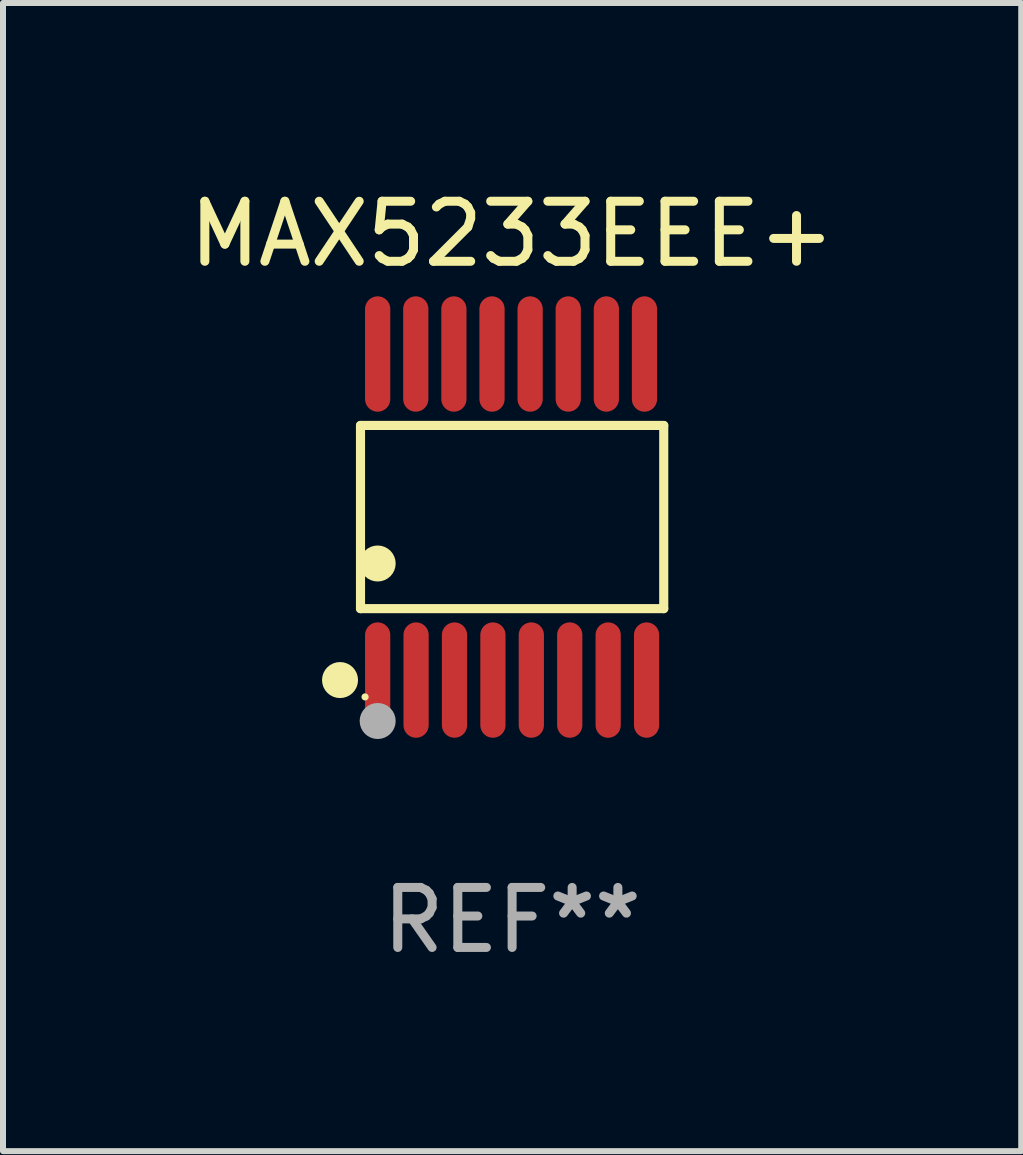
<source format=kicad_pcb>
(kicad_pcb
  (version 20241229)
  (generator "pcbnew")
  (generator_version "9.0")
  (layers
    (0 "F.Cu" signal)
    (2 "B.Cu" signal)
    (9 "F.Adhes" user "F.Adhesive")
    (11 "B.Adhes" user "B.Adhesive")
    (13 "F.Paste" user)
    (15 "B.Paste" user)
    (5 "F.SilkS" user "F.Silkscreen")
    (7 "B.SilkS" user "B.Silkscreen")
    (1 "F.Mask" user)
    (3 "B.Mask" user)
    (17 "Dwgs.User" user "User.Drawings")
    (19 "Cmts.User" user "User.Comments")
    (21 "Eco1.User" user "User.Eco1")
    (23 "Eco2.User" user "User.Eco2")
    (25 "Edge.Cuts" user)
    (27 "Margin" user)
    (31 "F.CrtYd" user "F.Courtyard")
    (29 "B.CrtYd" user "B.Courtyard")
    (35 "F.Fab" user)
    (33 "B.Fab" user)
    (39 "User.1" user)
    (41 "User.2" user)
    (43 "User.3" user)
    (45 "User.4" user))
  (footprint "MAX5233EEE+"
    (layer "F.Cu")
    (at 5.482 5.564)
    (property "Reference" "MAX5233EEE+" (at 0 -4.716 0) (layer "F.SilkS") (effects (font (size 1 1) (thickness 0.15))))
    (attr through_hole)
    (fp_line (start -2.526 -1.526) (end 2.526 -1.526) (stroke (width 0.152) (type solid)) (layer "F.SilkS"))
    (fp_line (start -2.526 1.526) (end -2.526 -1.526) (stroke (width 0.152) (type solid)) (layer "F.SilkS"))
    (fp_line (start 2.526 -1.526) (end 2.526 1.526) (stroke (width 0.152) (type solid)) (layer "F.SilkS"))
    (fp_line (start 2.526 1.526) (end -2.526 1.526) (stroke (width 0.152) (type solid)) (layer "F.SilkS"))
    (fp_circle (center -2.867 2.716) (end -2.717 2.716) (stroke (width 0.3) (type solid)) (fill no) (layer "F.SilkS"))
    (fp_circle (center -2.45 2.997) (end -2.42 2.997) (stroke (width 0.06) (type solid)) (fill no) (layer "F.SilkS"))
    (fp_circle (center -2.24 0.774) (end -2.09 0.774) (stroke (width 0.3) (type solid)) (fill no) (layer "F.SilkS"))
    (fp_circle (center -2.24 3.398) (end -2.09 3.398) (stroke (width 0.3) (type solid)) (fill no) (layer "F.Fab"))
    (fp_text user "REF**" (at 0 6.716 0) (layer "F.Fab") (effects (font (size 1 1) (thickness 0.15))))
    (pad "1" smd oval (at -2.24 2.716) (size 0.42 1.922) (layers "F.Cu" "F.Mask" "F.Paste"))
    (pad "2" smd oval (at -1.6 2.716) (size 0.42 1.922) (layers "F.Cu" "F.Mask" "F.Paste"))
    (pad "3" smd oval (at -0.96 2.716) (size 0.42 1.922) (layers "F.Cu" "F.Mask" "F.Paste"))
    (pad "4" smd oval (at -0.32 2.716) (size 0.42 1.922) (layers "F.Cu" "F.Mask" "F.Paste"))
    (pad "5" smd oval (at 0.32 2.716) (size 0.42 1.922) (layers "F.Cu" "F.Mask" "F.Paste"))
    (pad "6" smd oval (at 0.96 2.716) (size 0.42 1.922) (layers "F.Cu" "F.Mask" "F.Paste"))
    (pad "7" smd oval (at 1.6 2.716) (size 0.42 1.922) (layers "F.Cu" "F.Mask" "F.Paste"))
    (pad "8" smd oval (at 2.24 2.716) (size 0.42 1.922) (layers "F.Cu" "F.Mask" "F.Paste"))
    (pad "9" smd oval (at 2.205 -2.716) (size 0.42 1.922) (layers "F.Cu" "F.Mask" "F.Paste"))
    (pad "10" smd oval (at 1.57 -2.716) (size 0.42 1.922) (layers "F.Cu" "F.Mask" "F.Paste"))
    (pad "11" smd oval (at 0.935 -2.716) (size 0.42 1.922) (layers "F.Cu" "F.Mask" "F.Paste"))
    (pad "12" smd oval (at 0.3 -2.716) (size 0.42 1.922) (layers "F.Cu" "F.Mask" "F.Paste"))
    (pad "13" smd oval (at -0.335 -2.716) (size 0.42 1.922) (layers "F.Cu" "F.Mask" "F.Paste"))
    (pad "14" smd oval (at -0.97 -2.716) (size 0.42 1.922) (layers "F.Cu" "F.Mask" "F.Paste"))
    (pad "15" smd oval (at -1.605 -2.716) (size 0.42 1.922) (layers "F.Cu" "F.Mask" "F.Paste"))
    (pad "16" smd oval (at -2.24 -2.716) (size 0.42 1.922) (layers "F.Cu" "F.Mask" "F.Paste")))
  (gr_rect
    (start -3 -3)
    (end 13.964 16.128)
    (stroke (width 0.1) (type default))
    (fill no)
    (layer "Edge.Cuts")))
</source>
